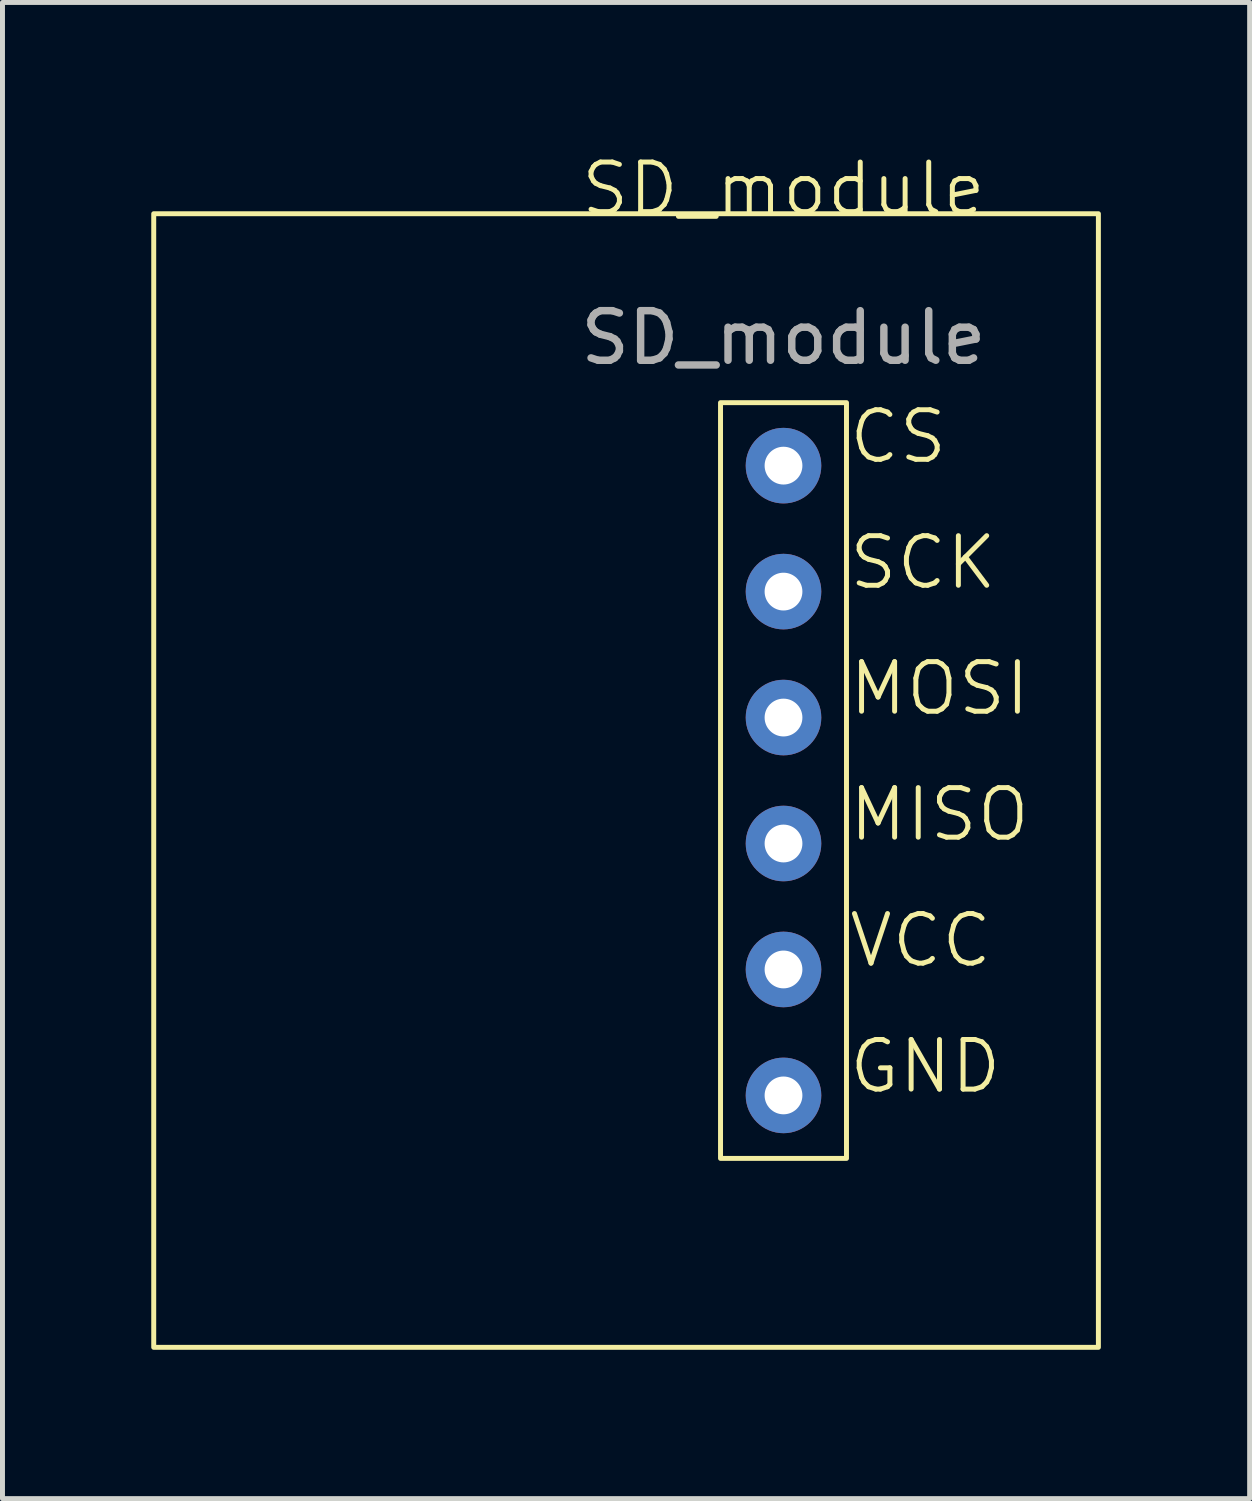
<source format=kicad_pcb>
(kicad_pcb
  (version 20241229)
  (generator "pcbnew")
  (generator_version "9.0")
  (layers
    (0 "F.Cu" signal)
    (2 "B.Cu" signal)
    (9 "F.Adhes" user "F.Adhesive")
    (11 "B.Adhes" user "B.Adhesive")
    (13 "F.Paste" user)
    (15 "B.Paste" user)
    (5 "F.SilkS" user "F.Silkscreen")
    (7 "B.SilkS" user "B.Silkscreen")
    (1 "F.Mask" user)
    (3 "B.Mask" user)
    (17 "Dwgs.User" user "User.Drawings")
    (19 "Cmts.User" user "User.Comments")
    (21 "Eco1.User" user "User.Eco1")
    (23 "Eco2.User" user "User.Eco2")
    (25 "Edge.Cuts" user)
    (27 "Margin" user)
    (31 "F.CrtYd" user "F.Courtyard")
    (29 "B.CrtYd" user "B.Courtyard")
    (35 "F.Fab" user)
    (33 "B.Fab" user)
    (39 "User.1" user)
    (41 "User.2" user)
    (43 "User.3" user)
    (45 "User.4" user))
  (footprint "SD_module"
    (layer "F.Cu")
    (at 12.75 1.26)
    (property "Reference" "SD_module" (at 0 -0.5 0) (unlocked yes) (layer "F.SilkS") (effects (font (size 1 1) (thickness 0.1))))
    (attr through_hole)
    (fp_rect (start -12.7 0) (end 6.35 22.86) (stroke (width 0.1) (type default)) (fill no) (layer "F.SilkS"))
    (fp_rect (start -1.27 3.81) (end 1.27 19.05) (stroke (width 0.1) (type default)) (fill no) (layer "F.SilkS"))
    (fp_text user "CS" (at 1.27 5.08 0) (unlocked yes) (layer "F.SilkS") (effects (font (size 1 1) (thickness 0.1)) (justify left bottom)))
    (fp_text user "MOSI" (at 1.27 10.16 0) (unlocked yes) (layer "F.SilkS") (effects (font (size 1 1) (thickness 0.1)) (justify left bottom)))
    (fp_text user "SCK" (at 1.27 7.62 0) (unlocked yes) (layer "F.SilkS") (effects (font (size 1 1) (thickness 0.1)) (justify left bottom)))
    (fp_text user "MISO" (at 1.27 12.7 0) (unlocked yes) (layer "F.SilkS") (effects (font (size 1 1) (thickness 0.1)) (justify left bottom)))
    (fp_text user "GND" (at 1.27 17.78 0) (unlocked yes) (layer "F.SilkS") (effects (font (size 1 1) (thickness 0.1)) (justify left bottom)))
    (fp_text user "VCC" (at 1.27 15.24 0) (unlocked yes) (layer "F.SilkS") (effects (font (size 1 1) (thickness 0.1)) (justify left bottom)))
    (fp_text user "${REFERENCE}" (at 0 2.5 0) (unlocked yes) (layer "F.Fab") (effects (font (size 1 1) (thickness 0.15))))
    (pad "1" thru_hole circle (at 0 5.08) (size 1.524 1.524) (drill 0.762) (layers "*.Cu" "*.Mask"))
    (pad "2" thru_hole circle (at 0 7.62) (size 1.524 1.524) (drill 0.762) (layers "*.Cu" "*.Mask"))
    (pad "3" thru_hole circle (at 0 10.16) (size 1.524 1.524) (drill 0.762) (layers "*.Cu" "*.Mask"))
    (pad "4" thru_hole circle (at 0 12.7) (size 1.524 1.524) (drill 0.762) (layers "*.Cu" "*.Mask"))
    (pad "5" thru_hole circle (at 0 15.24) (size 1.524 1.524) (drill 0.762) (layers "*.Cu" "*.Mask"))
    (pad "6" thru_hole circle (at 0 17.78) (size 1.524 1.524) (drill 0.762) (layers "*.Cu" "*.Mask")))
  (gr_rect
    (start -3 -3)
    (end 22.15 27.171)
    (stroke (width 0.1) (type default))
    (fill no)
    (layer "Edge.Cuts")))
</source>
